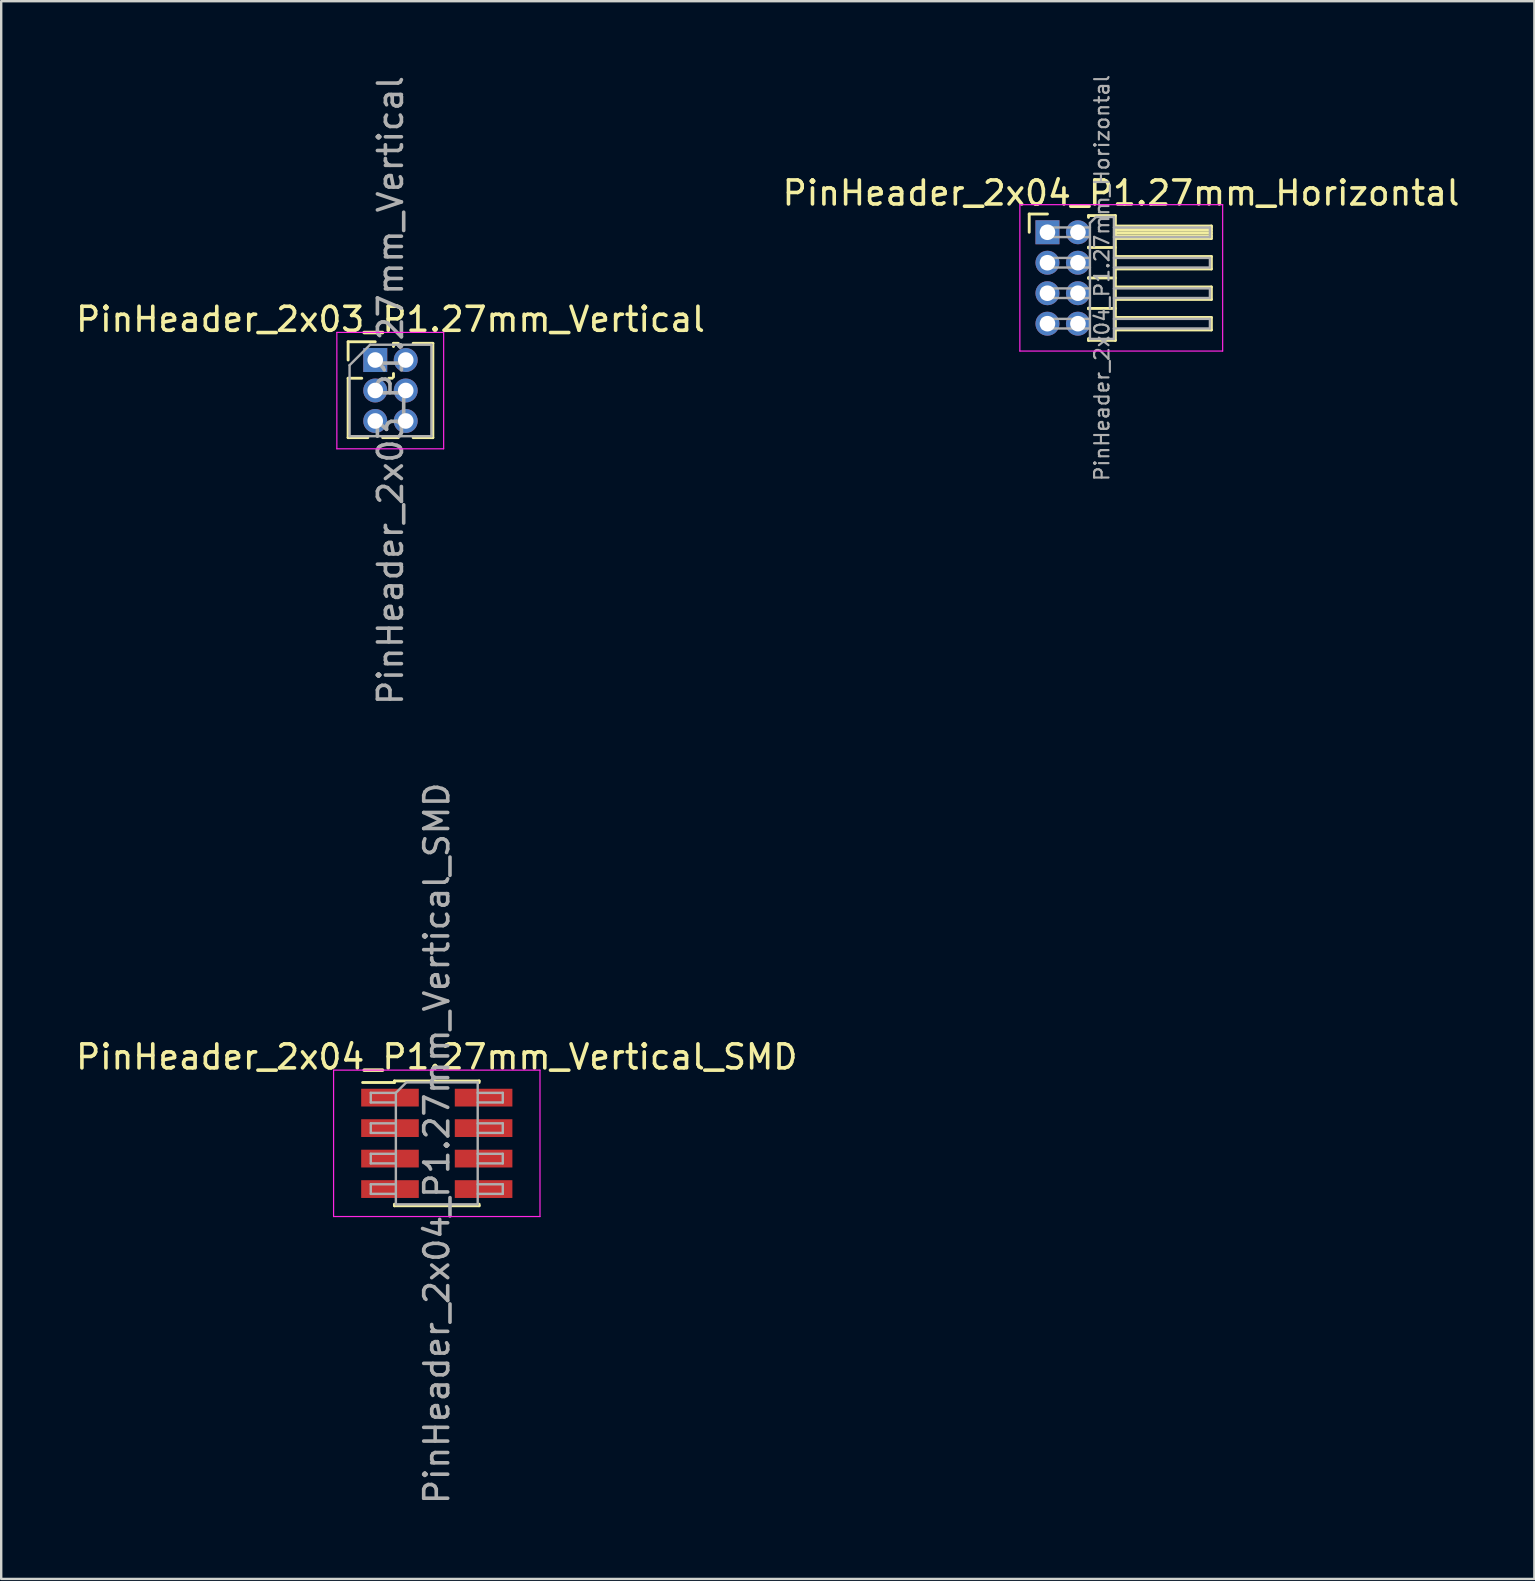
<source format=kicad_pcb>
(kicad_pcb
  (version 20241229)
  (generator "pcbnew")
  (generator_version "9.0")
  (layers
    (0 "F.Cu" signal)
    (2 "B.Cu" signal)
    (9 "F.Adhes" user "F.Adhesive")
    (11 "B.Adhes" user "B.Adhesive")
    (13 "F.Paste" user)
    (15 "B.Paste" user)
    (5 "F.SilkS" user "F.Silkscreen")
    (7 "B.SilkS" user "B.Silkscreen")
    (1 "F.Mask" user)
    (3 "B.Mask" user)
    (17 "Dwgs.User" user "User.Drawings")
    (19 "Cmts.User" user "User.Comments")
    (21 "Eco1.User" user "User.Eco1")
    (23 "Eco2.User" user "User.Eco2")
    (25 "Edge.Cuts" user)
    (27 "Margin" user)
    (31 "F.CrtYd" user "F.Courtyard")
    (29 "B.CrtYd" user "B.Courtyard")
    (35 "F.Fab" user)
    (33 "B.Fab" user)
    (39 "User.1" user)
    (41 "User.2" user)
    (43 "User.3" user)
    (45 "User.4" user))
  (footprint "PinHeader_2x04_P1.27mm_Horizontal"
    (layer "F.Cu")
    (at 40.593 6.627)
    (property "Reference" "PinHeader_2x04_P1.27mm_Horizontal" (at 3.067 -1.635 0) (layer "F.SilkS") (effects (font (size 1 1) (thickness 0.15))))
    (attr through_hole)
    (fp_line (start -0.76 -0.76) (end 0 -0.76) (stroke (width 0.12) (type solid)) (layer "F.SilkS"))
    (fp_line (start -0.76 0) (end -0.76 -0.76) (stroke (width 0.12) (type solid)) (layer "F.SilkS"))
    (fp_line (start 1.71 -0.695) (end 2.83 -0.695) (stroke (width 0.12) (type solid)) (layer "F.SilkS"))
    (fp_line (start 1.71 -0.62) (end 1.71 -0.695) (stroke (width 0.12) (type solid)) (layer "F.SilkS"))
    (fp_line (start 1.71 0.62) (end 1.71 0.65) (stroke (width 0.12) (type solid)) (layer "F.SilkS"))
    (fp_line (start 1.71 0.635) (end 2.83 0.635) (stroke (width 0.12) (type solid)) (layer "F.SilkS"))
    (fp_line (start 1.71 1.89) (end 1.71 1.92) (stroke (width 0.12) (type solid)) (layer "F.SilkS"))
    (fp_line (start 1.71 1.905) (end 2.83 1.905) (stroke (width 0.12) (type solid)) (layer "F.SilkS"))
    (fp_line (start 1.71 3.16) (end 1.71 3.19) (stroke (width 0.12) (type solid)) (layer "F.SilkS"))
    (fp_line (start 1.71 3.175) (end 2.83 3.175) (stroke (width 0.12) (type solid)) (layer "F.SilkS"))
    (fp_line (start 1.71 4.505) (end 1.71 4.43) (stroke (width 0.12) (type solid)) (layer "F.SilkS"))
    (fp_line (start 2.83 -0.695) (end 2.83 4.505) (stroke (width 0.12) (type solid)) (layer "F.SilkS"))
    (fp_line (start 2.83 -0.26) (end 6.83 -0.26) (stroke (width 0.12) (type solid)) (layer "F.SilkS"))
    (fp_line (start 2.83 -0.2) (end 6.83 -0.2) (stroke (width 0.12) (type solid)) (layer "F.SilkS"))
    (fp_line (start 2.83 -0.08) (end 6.83 -0.08) (stroke (width 0.12) (type solid)) (layer "F.SilkS"))
    (fp_line (start 2.83 0.04) (end 6.83 0.04) (stroke (width 0.12) (type solid)) (layer "F.SilkS"))
    (fp_line (start 2.83 0.16) (end 6.83 0.16) (stroke (width 0.12) (type solid)) (layer "F.SilkS"))
    (fp_line (start 2.83 1.01) (end 6.83 1.01) (stroke (width 0.12) (type solid)) (layer "F.SilkS"))
    (fp_line (start 2.83 2.28) (end 6.83 2.28) (stroke (width 0.12) (type solid)) (layer "F.SilkS"))
    (fp_line (start 2.83 3.55) (end 6.83 3.55) (stroke (width 0.12) (type solid)) (layer "F.SilkS"))
    (fp_line (start 2.83 4.505) (end 1.71 4.505) (stroke (width 0.12) (type solid)) (layer "F.SilkS"))
    (fp_line (start 6.83 -0.26) (end 6.83 0.26) (stroke (width 0.12) (type solid)) (layer "F.SilkS"))
    (fp_line (start 6.83 0.26) (end 2.83 0.26) (stroke (width 0.12) (type solid)) (layer "F.SilkS"))
    (fp_line (start 6.83 1.01) (end 6.83 1.53) (stroke (width 0.12) (type solid)) (layer "F.SilkS"))
    (fp_line (start 6.83 1.53) (end 2.83 1.53) (stroke (width 0.12) (type solid)) (layer "F.SilkS"))
    (fp_line (start 6.83 2.28) (end 6.83 2.8) (stroke (width 0.12) (type solid)) (layer "F.SilkS"))
    (fp_line (start 6.83 2.8) (end 2.83 2.8) (stroke (width 0.12) (type solid)) (layer "F.SilkS"))
    (fp_line (start 6.83 3.55) (end 6.83 4.07) (stroke (width 0.12) (type solid)) (layer "F.SilkS"))
    (fp_line (start 6.83 4.07) (end 2.83 4.07) (stroke (width 0.12) (type solid)) (layer "F.SilkS"))
    (fp_line (start -1.15 -1.15) (end -1.15 4.95) (stroke (width 0.05) (type solid)) (layer "F.CrtYd"))
    (fp_line (start -1.15 4.95) (end 7.3 4.95) (stroke (width 0.05) (type solid)) (layer "F.CrtYd"))
    (fp_line (start 7.3 -1.15) (end -1.15 -1.15) (stroke (width 0.05) (type solid)) (layer "F.CrtYd"))
    (fp_line (start 7.3 4.95) (end 7.3 -1.15) (stroke (width 0.05) (type solid)) (layer "F.CrtYd"))
    (fp_line (start -0.2 -0.2) (end -0.2 0.2) (stroke (width 0.1) (type solid)) (layer "F.Fab"))
    (fp_line (start -0.2 -0.2) (end 1.77 -0.2) (stroke (width 0.1) (type solid)) (layer "F.Fab"))
    (fp_line (start -0.2 0.2) (end 1.77 0.2) (stroke (width 0.1) (type solid)) (layer "F.Fab"))
    (fp_line (start -0.2 1.07) (end -0.2 1.47) (stroke (width 0.1) (type solid)) (layer "F.Fab"))
    (fp_line (start -0.2 1.07) (end 1.77 1.07) (stroke (width 0.1) (type solid)) (layer "F.Fab"))
    (fp_line (start -0.2 1.47) (end 1.77 1.47) (stroke (width 0.1) (type solid)) (layer "F.Fab"))
    (fp_line (start -0.2 2.34) (end -0.2 2.74) (stroke (width 0.1) (type solid)) (layer "F.Fab"))
    (fp_line (start -0.2 2.34) (end 1.77 2.34) (stroke (width 0.1) (type solid)) (layer "F.Fab"))
    (fp_line (start -0.2 2.74) (end 1.77 2.74) (stroke (width 0.1) (type solid)) (layer "F.Fab"))
    (fp_line (start -0.2 3.61) (end -0.2 4.01) (stroke (width 0.1) (type solid)) (layer "F.Fab"))
    (fp_line (start -0.2 3.61) (end 1.77 3.61) (stroke (width 0.1) (type solid)) (layer "F.Fab"))
    (fp_line (start -0.2 4.01) (end 1.77 4.01) (stroke (width 0.1) (type solid)) (layer "F.Fab"))
    (fp_line (start 1.77 -0.385) (end 2.02 -0.635) (stroke (width 0.1) (type solid)) (layer "F.Fab"))
    (fp_line (start 1.77 4.445) (end 1.77 -0.385) (stroke (width 0.1) (type solid)) (layer "F.Fab"))
    (fp_line (start 2.02 -0.635) (end 2.77 -0.635) (stroke (width 0.1) (type solid)) (layer "F.Fab"))
    (fp_line (start 2.77 -0.635) (end 2.77 4.445) (stroke (width 0.1) (type solid)) (layer "F.Fab"))
    (fp_line (start 2.77 -0.2) (end 6.77 -0.2) (stroke (width 0.1) (type solid)) (layer "F.Fab"))
    (fp_line (start 2.77 0.2) (end 6.77 0.2) (stroke (width 0.1) (type solid)) (layer "F.Fab"))
    (fp_line (start 2.77 1.07) (end 6.77 1.07) (stroke (width 0.1) (type solid)) (layer "F.Fab"))
    (fp_line (start 2.77 1.47) (end 6.77 1.47) (stroke (width 0.1) (type solid)) (layer "F.Fab"))
    (fp_line (start 2.77 2.34) (end 6.77 2.34) (stroke (width 0.1) (type solid)) (layer "F.Fab"))
    (fp_line (start 2.77 2.74) (end 6.77 2.74) (stroke (width 0.1) (type solid)) (layer "F.Fab"))
    (fp_line (start 2.77 3.61) (end 6.77 3.61) (stroke (width 0.1) (type solid)) (layer "F.Fab"))
    (fp_line (start 2.77 4.01) (end 6.77 4.01) (stroke (width 0.1) (type solid)) (layer "F.Fab"))
    (fp_line (start 2.77 4.445) (end 1.77 4.445) (stroke (width 0.1) (type solid)) (layer "F.Fab"))
    (fp_line (start 6.77 -0.2) (end 6.77 0.2) (stroke (width 0.1) (type solid)) (layer "F.Fab"))
    (fp_line (start 6.77 1.07) (end 6.77 1.47) (stroke (width 0.1) (type solid)) (layer "F.Fab"))
    (fp_line (start 6.77 2.34) (end 6.77 2.74) (stroke (width 0.1) (type solid)) (layer "F.Fab"))
    (fp_line (start 6.77 3.61) (end 6.77 4.01) (stroke (width 0.1) (type solid)) (layer "F.Fab"))
    (fp_text user "${REFERENCE}" (at 2.27 1.905 90) (layer "F.Fab") (effects (font (size 0.6 0.6) (thickness 0.09))))
    (pad "1" thru_hole rect (at 0 0) (size 1 1) (drill 0.65) (layers "*.Cu" "*.Mask"))
    (pad "2" thru_hole oval (at 1.27 0) (size 1 1) (drill 0.65) (layers "*.Cu" "*.Mask"))
    (pad "3" thru_hole oval (at 0 1.27) (size 1 1) (drill 0.65) (layers "*.Cu" "*.Mask"))
    (pad "4" thru_hole oval (at 1.27 1.27) (size 1 1) (drill 0.65) (layers "*.Cu" "*.Mask"))
    (pad "5" thru_hole oval (at 0 2.54) (size 1 1) (drill 0.65) (layers "*.Cu" "*.Mask"))
    (pad "6" thru_hole oval (at 1.27 2.54) (size 1 1) (drill 0.65) (layers "*.Cu" "*.Mask"))
    (pad "7" thru_hole oval (at 0 3.81) (size 1 1) (drill 0.65) (layers "*.Cu" "*.Mask"))
    (pad "8" thru_hole oval (at 1.27 3.81) (size 1 1) (drill 0.65) (layers "*.Cu" "*.Mask")))
  (footprint "PinHeader_2x03_P1.27mm_Vertical"
    (layer "F.Cu")
    (at 12.585 11.95)
    (property "Reference" "PinHeader_2x03_P1.27mm_Vertical" (at 0.635 -1.695 0) (layer "F.SilkS") (effects (font (size 1 1) (thickness 0.15))))
    (attr through_hole)
    (fp_line (start -1.13 -0.76) (end 0 -0.76) (stroke (width 0.12) (type solid)) (layer "F.SilkS"))
    (fp_line (start -1.13 0) (end -1.13 -0.76) (stroke (width 0.12) (type solid)) (layer "F.SilkS"))
    (fp_line (start -1.13 0.76) (end -1.13 3.235) (stroke (width 0.12) (type solid)) (layer "F.SilkS"))
    (fp_line (start -1.13 0.76) (end -0.563 0.76) (stroke (width 0.12) (type solid)) (layer "F.SilkS"))
    (fp_line (start -1.13 3.235) (end -0.308 3.235) (stroke (width 0.12) (type solid)) (layer "F.SilkS"))
    (fp_line (start 0.308 3.235) (end 0.962 3.235) (stroke (width 0.12) (type solid)) (layer "F.SilkS"))
    (fp_line (start 0.563 0.76) (end 0.707 0.76) (stroke (width 0.12) (type solid)) (layer "F.SilkS"))
    (fp_line (start 0.76 -0.695) (end 0.962 -0.695) (stroke (width 0.12) (type solid)) (layer "F.SilkS"))
    (fp_line (start 0.76 -0.563) (end 0.76 -0.695) (stroke (width 0.12) (type solid)) (layer "F.SilkS"))
    (fp_line (start 0.76 0.707) (end 0.76 0.563) (stroke (width 0.12) (type solid)) (layer "F.SilkS"))
    (fp_line (start 1.578 -0.695) (end 2.4 -0.695) (stroke (width 0.12) (type solid)) (layer "F.SilkS"))
    (fp_line (start 1.578 3.235) (end 2.4 3.235) (stroke (width 0.12) (type solid)) (layer "F.SilkS"))
    (fp_line (start 2.4 -0.695) (end 2.4 3.235) (stroke (width 0.12) (type solid)) (layer "F.SilkS"))
    (fp_line (start -1.6 -1.15) (end -1.6 3.7) (stroke (width 0.05) (type solid)) (layer "F.CrtYd"))
    (fp_line (start -1.6 3.7) (end 2.85 3.7) (stroke (width 0.05) (type solid)) (layer "F.CrtYd"))
    (fp_line (start 2.85 -1.15) (end -1.6 -1.15) (stroke (width 0.05) (type solid)) (layer "F.CrtYd"))
    (fp_line (start 2.85 3.7) (end 2.85 -1.15) (stroke (width 0.05) (type solid)) (layer "F.CrtYd"))
    (fp_line (start -1.07 0.217) (end -0.217 -0.635) (stroke (width 0.1) (type solid)) (layer "F.Fab"))
    (fp_line (start -1.07 3.175) (end -1.07 0.217) (stroke (width 0.1) (type solid)) (layer "F.Fab"))
    (fp_line (start -0.217 -0.635) (end 2.34 -0.635) (stroke (width 0.1) (type solid)) (layer "F.Fab"))
    (fp_line (start 2.34 -0.635) (end 2.34 3.175) (stroke (width 0.1) (type solid)) (layer "F.Fab"))
    (fp_line (start 2.34 3.175) (end -1.07 3.175) (stroke (width 0.1) (type solid)) (layer "F.Fab"))
    (fp_text user "${REFERENCE}" (at 0.635 1.27 90) (layer "F.Fab") (effects (font (size 1 1) (thickness 0.15))))
    (pad "1" thru_hole rect (at 0 0) (size 1 1) (drill 0.65) (layers "*.Cu" "*.Mask"))
    (pad "2" thru_hole oval (at 1.27 0) (size 1 1) (drill 0.65) (layers "*.Cu" "*.Mask"))
    (pad "3" thru_hole oval (at 0 1.27) (size 1 1) (drill 0.65) (layers "*.Cu" "*.Mask"))
    (pad "4" thru_hole oval (at 1.27 1.27) (size 1 1) (drill 0.65) (layers "*.Cu" "*.Mask"))
    (pad "5" thru_hole oval (at 0 2.54) (size 1 1) (drill 0.65) (layers "*.Cu" "*.Mask"))
    (pad "6" thru_hole oval (at 1.27 2.54) (size 1 1) (drill 0.65) (layers "*.Cu" "*.Mask")))
  (footprint "PinHeader_2x04_P1.27mm_Vertical_SMD"
    (layer "F.Cu")
    (at 15.149 44.589)
    (property "Reference" "PinHeader_2x04_P1.27mm_Vertical_SMD" (at 0 -3.6 0) (layer "F.SilkS") (effects (font (size 1 1) (thickness 0.15))))
    (attr smd)
    (fp_line (start -3.09 -2.535) (end -1.765 -2.535) (stroke (width 0.12) (type solid)) (layer "F.SilkS"))
    (fp_line (start -1.765 -2.6) (end -1.765 -2.535) (stroke (width 0.12) (type solid)) (layer "F.SilkS"))
    (fp_line (start -1.765 -2.6) (end 1.765 -2.6) (stroke (width 0.12) (type solid)) (layer "F.SilkS"))
    (fp_line (start -1.765 2.535) (end -1.765 2.6) (stroke (width 0.12) (type solid)) (layer "F.SilkS"))
    (fp_line (start -1.765 2.6) (end 1.765 2.6) (stroke (width 0.12) (type solid)) (layer "F.SilkS"))
    (fp_line (start 1.765 -2.6) (end 1.765 -2.535) (stroke (width 0.12) (type solid)) (layer "F.SilkS"))
    (fp_line (start 1.765 2.535) (end 1.765 2.6) (stroke (width 0.12) (type solid)) (layer "F.SilkS"))
    (fp_line (start -4.3 -3.05) (end -4.3 3.05) (stroke (width 0.05) (type solid)) (layer "F.CrtYd"))
    (fp_line (start -4.3 3.05) (end 4.3 3.05) (stroke (width 0.05) (type solid)) (layer "F.CrtYd"))
    (fp_line (start 4.3 -3.05) (end -4.3 -3.05) (stroke (width 0.05) (type solid)) (layer "F.CrtYd"))
    (fp_line (start 4.3 3.05) (end 4.3 -3.05) (stroke (width 0.05) (type solid)) (layer "F.CrtYd"))
    (fp_line (start -2.75 -2.105) (end -2.75 -1.705) (stroke (width 0.1) (type solid)) (layer "F.Fab"))
    (fp_line (start -2.75 -1.705) (end -1.705 -1.705) (stroke (width 0.1) (type solid)) (layer "F.Fab"))
    (fp_line (start -2.75 -0.835) (end -2.75 -0.435) (stroke (width 0.1) (type solid)) (layer "F.Fab"))
    (fp_line (start -2.75 -0.435) (end -1.705 -0.435) (stroke (width 0.1) (type solid)) (layer "F.Fab"))
    (fp_line (start -2.75 0.435) (end -2.75 0.835) (stroke (width 0.1) (type solid)) (layer "F.Fab"))
    (fp_line (start -2.75 0.835) (end -1.705 0.835) (stroke (width 0.1) (type solid)) (layer "F.Fab"))
    (fp_line (start -2.75 1.705) (end -2.75 2.105) (stroke (width 0.1) (type solid)) (layer "F.Fab"))
    (fp_line (start -2.75 2.105) (end -1.705 2.105) (stroke (width 0.1) (type solid)) (layer "F.Fab"))
    (fp_line (start -1.705 -2.105) (end -2.75 -2.105) (stroke (width 0.1) (type solid)) (layer "F.Fab"))
    (fp_line (start -1.705 -2.105) (end -1.27 -2.54) (stroke (width 0.1) (type solid)) (layer "F.Fab"))
    (fp_line (start -1.705 -0.835) (end -2.75 -0.835) (stroke (width 0.1) (type solid)) (layer "F.Fab"))
    (fp_line (start -1.705 0.435) (end -2.75 0.435) (stroke (width 0.1) (type solid)) (layer "F.Fab"))
    (fp_line (start -1.705 1.705) (end -2.75 1.705) (stroke (width 0.1) (type solid)) (layer "F.Fab"))
    (fp_line (start -1.705 2.54) (end -1.705 -2.105) (stroke (width 0.1) (type solid)) (layer "F.Fab"))
    (fp_line (start -1.27 -2.54) (end 1.705 -2.54) (stroke (width 0.1) (type solid)) (layer "F.Fab"))
    (fp_line (start 1.705 -2.54) (end 1.705 2.54) (stroke (width 0.1) (type solid)) (layer "F.Fab"))
    (fp_line (start 1.705 -2.105) (end 2.75 -2.105) (stroke (width 0.1) (type solid)) (layer "F.Fab"))
    (fp_line (start 1.705 -0.835) (end 2.75 -0.835) (stroke (width 0.1) (type solid)) (layer "F.Fab"))
    (fp_line (start 1.705 0.435) (end 2.75 0.435) (stroke (width 0.1) (type solid)) (layer "F.Fab"))
    (fp_line (start 1.705 1.705) (end 2.75 1.705) (stroke (width 0.1) (type solid)) (layer "F.Fab"))
    (fp_line (start 1.705 2.54) (end -1.705 2.54) (stroke (width 0.1) (type solid)) (layer "F.Fab"))
    (fp_line (start 2.75 -2.105) (end 2.75 -1.705) (stroke (width 0.1) (type solid)) (layer "F.Fab"))
    (fp_line (start 2.75 -1.705) (end 1.705 -1.705) (stroke (width 0.1) (type solid)) (layer "F.Fab"))
    (fp_line (start 2.75 -0.835) (end 2.75 -0.435) (stroke (width 0.1) (type solid)) (layer "F.Fab"))
    (fp_line (start 2.75 -0.435) (end 1.705 -0.435) (stroke (width 0.1) (type solid)) (layer "F.Fab"))
    (fp_line (start 2.75 0.435) (end 2.75 0.835) (stroke (width 0.1) (type solid)) (layer "F.Fab"))
    (fp_line (start 2.75 0.835) (end 1.705 0.835) (stroke (width 0.1) (type solid)) (layer "F.Fab"))
    (fp_line (start 2.75 1.705) (end 2.75 2.105) (stroke (width 0.1) (type solid)) (layer "F.Fab"))
    (fp_line (start 2.75 2.105) (end 1.705 2.105) (stroke (width 0.1) (type solid)) (layer "F.Fab"))
    (fp_text user "${REFERENCE}" (at 0 0 90) (layer "F.Fab") (effects (font (size 1 1) (thickness 0.15))))
    (pad "1" smd rect (at -1.95 -1.905) (size 2.4 0.74) (layers "F.Cu" "F.Mask" "F.Paste"))
    (pad "2" smd rect (at 1.95 -1.905) (size 2.4 0.74) (layers "F.Cu" "F.Mask" "F.Paste"))
    (pad "3" smd rect (at -1.95 -0.635) (size 2.4 0.74) (layers "F.Cu" "F.Mask" "F.Paste"))
    (pad "4" smd rect (at 1.95 -0.635) (size 2.4 0.74) (layers "F.Cu" "F.Mask" "F.Paste"))
    (pad "5" smd rect (at -1.95 0.635) (size 2.4 0.74) (layers "F.Cu" "F.Mask" "F.Paste"))
    (pad "6" smd rect (at 1.95 0.635) (size 2.4 0.74) (layers "F.Cu" "F.Mask" "F.Paste"))
    (pad "7" smd rect (at -1.95 1.905) (size 2.4 0.74) (layers "F.Cu" "F.Mask" "F.Paste"))
    (pad "8" smd rect (at 1.95 1.905) (size 2.4 0.74) (layers "F.Cu" "F.Mask" "F.Paste")))
  (gr_rect
    (start -3 -3)
    (end 60.881 62.738)
    (stroke (width 0.1) (type default))
    (fill no)
    (layer "Edge.Cuts")))
</source>
